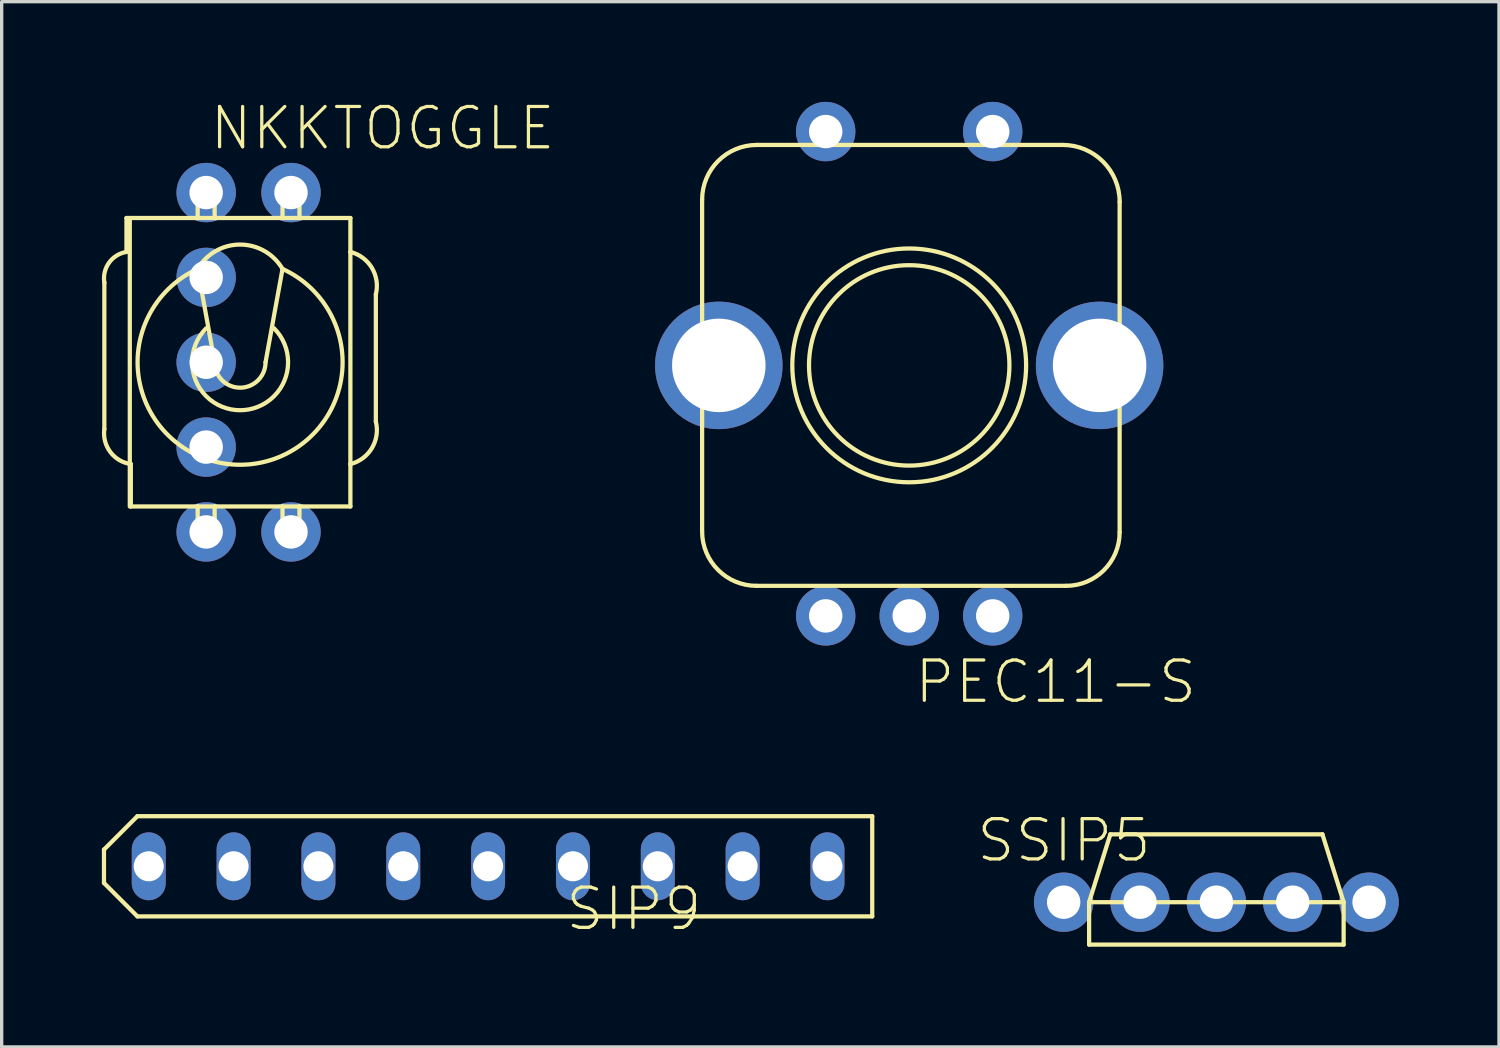
<source format=kicad_pcb>
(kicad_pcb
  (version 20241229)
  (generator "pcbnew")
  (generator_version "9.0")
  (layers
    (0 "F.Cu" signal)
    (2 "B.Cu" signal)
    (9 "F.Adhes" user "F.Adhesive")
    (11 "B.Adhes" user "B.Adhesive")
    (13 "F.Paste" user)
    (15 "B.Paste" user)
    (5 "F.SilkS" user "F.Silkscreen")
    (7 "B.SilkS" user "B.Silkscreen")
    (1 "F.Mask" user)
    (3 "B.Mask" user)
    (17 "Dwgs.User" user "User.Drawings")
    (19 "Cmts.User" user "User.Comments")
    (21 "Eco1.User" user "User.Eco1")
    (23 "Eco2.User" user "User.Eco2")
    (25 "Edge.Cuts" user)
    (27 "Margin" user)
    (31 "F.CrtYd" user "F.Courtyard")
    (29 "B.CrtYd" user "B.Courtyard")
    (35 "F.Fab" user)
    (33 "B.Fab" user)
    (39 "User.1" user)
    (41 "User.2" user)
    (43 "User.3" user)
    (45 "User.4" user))
  (footprint "SSIP5"
    (layer "F.Cu")
    (at 33.366 23.96)
    (property "Reference" "SSIP5" (at -7.239 -1.143 180) (layer "F.SilkS") (effects (font (size 1.206 1.206) (thickness 0.097)) (justify left bottom)))
    (attr through_hole)
    (fp_line (start -3.81 0) (end -3.81 1.27) (stroke (width 0.127) (type solid)) (layer "F.SilkS"))
    (fp_line (start -3.81 0) (end 3.81 0) (stroke (width 0.127) (type solid)) (layer "F.SilkS"))
    (fp_line (start -3.81 1.27) (end 3.81 1.27) (stroke (width 0.127) (type solid)) (layer "F.SilkS"))
    (fp_line (start -3.175 -2.032) (end -3.81 0) (stroke (width 0.127) (type solid)) (layer "F.SilkS"))
    (fp_line (start 3.175 -2.032) (end -3.175 -2.032) (stroke (width 0.127) (type solid)) (layer "F.SilkS"))
    (fp_line (start 3.81 0) (end 3.175 -2.032) (stroke (width 0.127) (type solid)) (layer "F.SilkS"))
    (fp_line (start 3.81 1.27) (end 3.81 0) (stroke (width 0.127) (type solid)) (layer "F.SilkS"))
    (pad "1" thru_hole circle (at -4.572 0) (size 1.778 1.778) (drill 1) (layers "*.Cu" "*.Mask"))
    (pad "2" thru_hole circle (at -2.286 0) (size 1.778 1.778) (drill 1) (layers "*.Cu" "*.Mask"))
    (pad "3" thru_hole circle (at 0 0) (size 1.778 1.778) (drill 1) (layers "*.Cu" "*.Mask"))
    (pad "4" thru_hole circle (at 2.286 0) (size 1.778 1.778) (drill 1) (layers "*.Cu" "*.Mask"))
    (pad "5" thru_hole circle (at 4.572 0) (size 1.778 1.778) (drill 1) (layers "*.Cu" "*.Mask")))
  (footprint "PEC11-S"
    (layer "F.Cu")
    (at 24.17 7.889)
    (property "Reference" "PEC11-S" (at 0.102 10.178 180) (layer "F.SilkS") (effects (font (size 1.206 1.206) (thickness 0.097)) (justify left bottom)))
    (attr through_hole)
    (fp_line (start -6.2 -4.96) (end -6.2 4.972) (stroke (width 0.127) (type solid)) (layer "F.SilkS"))
    (fp_line (start -4.572 6.6) (end 4.697 6.6) (stroke (width 0.127) (type solid)) (layer "F.SilkS"))
    (fp_line (start 4.597 -6.6) (end -4.56 -6.6) (stroke (width 0.127) (type solid)) (layer "F.SilkS"))
    (fp_line (start 6.3 4.997) (end 6.3 -4.897) (stroke (width 0.127) (type solid)) (layer "F.SilkS"))
    (fp_arc (start -6.2 -4.9599) (mid -5.719626 -6.119626) (end -4.5599 -6.6) (stroke (width 0.127) (type solid)) (layer "F.SilkS"))
    (fp_arc (start -4.5722 6.6) (mid -5.723228 6.123228) (end -6.2 4.9722) (stroke (width 0.127) (type solid)) (layer "F.SilkS"))
    (fp_arc (start 4.5971 -6.6) (mid 5.801232 -6.101232) (end 6.3 -4.8971) (stroke (width 0.127) (type solid)) (layer "F.SilkS"))
    (fp_arc (start 6.3 4.9969) (mid 5.830463 6.130463) (end 4.6969 6.6) (stroke (width 0.127) (type solid)) (layer "F.SilkS"))
    (fp_circle (center 0 0) (end 3 0) (stroke (width 0.127) (type solid)) (fill no) (layer "F.SilkS"))
    (fp_circle (center 0 0) (end 3.5 0) (stroke (width 0.127) (type solid)) (fill no) (layer "F.SilkS"))
    (pad "A" thru_hole circle (at -2.5 7.5) (size 1.778 1.778) (drill 1) (layers "*.Cu" "*.Mask"))
    (pad "B" thru_hole circle (at 2.5 7.5) (size 1.778 1.778) (drill 1) (layers "*.Cu" "*.Mask"))
    (pad "C" thru_hole circle (at 0 7.5) (size 1.778 1.778) (drill 1) (layers "*.Cu" "*.Mask"))
    (pad "P$1" thru_hole circle (at 5.7 0) (size 3.816 3.816) (drill 2.8) (layers "*.Cu" "*.Mask"))
    (pad "P$2" thru_hole circle (at -5.7 0) (size 3.816 3.816) (drill 2.8) (layers "*.Cu" "*.Mask"))
    (pad "SW1" thru_hole circle (at -2.5 -7) (size 1.778 1.778) (drill 1) (layers "*.Cu" "*.Mask"))
    (pad "SW2" thru_hole circle (at 2.5 -7) (size 1.778 1.778) (drill 1) (layers "*.Cu" "*.Mask")))
  (footprint "SIP9"
    (layer "F.Cu")
    (at 11.563 22.885)
    (property "Reference" "SIP9" (at 2.261 1.981 180) (layer "F.SilkS") (effects (font (size 1.206 1.206) (thickness 0.097)) (justify left bottom)))
    (attr through_hole)
    (fp_line (start -11.5 -0.5) (end -10.5 -1.5) (stroke (width 0.127) (type solid)) (layer "F.SilkS"))
    (fp_line (start -11.5 0.5) (end -11.5 -0.5) (stroke (width 0.127) (type solid)) (layer "F.SilkS"))
    (fp_line (start -10.5 -1.5) (end 11.5 -1.5) (stroke (width 0.127) (type solid)) (layer "F.SilkS"))
    (fp_line (start -10.5 1.5) (end -11.5 0.5) (stroke (width 0.127) (type solid)) (layer "F.SilkS"))
    (fp_line (start 11.5 -1.5) (end 11.5 1.5) (stroke (width 0.127) (type solid)) (layer "F.SilkS"))
    (fp_line (start 11.5 1.5) (end -10.5 1.5) (stroke (width 0.127) (type solid)) (layer "F.SilkS"))
    (pad "1" thru_hole oval (at -10.16 0 90) (size 2.032 1.016) (drill 0.9) (layers "*.Cu" "*.Mask"))
    (pad "2" thru_hole oval (at -7.62 0 90) (size 2.032 1.016) (drill 0.9) (layers "*.Cu" "*.Mask"))
    (pad "3" thru_hole oval (at -5.08 0 90) (size 2.032 1.016) (drill 0.9) (layers "*.Cu" "*.Mask"))
    (pad "4" thru_hole oval (at -2.54 0 90) (size 2.032 1.016) (drill 0.9) (layers "*.Cu" "*.Mask"))
    (pad "5" thru_hole oval (at 0 0 90) (size 2.032 1.016) (drill 0.9) (layers "*.Cu" "*.Mask"))
    (pad "6" thru_hole oval (at 2.54 0 90) (size 2.032 1.016) (drill 0.9) (layers "*.Cu" "*.Mask"))
    (pad "7" thru_hole oval (at 5.08 0 90) (size 2.032 1.016) (drill 0.9) (layers "*.Cu" "*.Mask"))
    (pad "8" thru_hole oval (at 7.62 0 90) (size 2.032 1.016) (drill 0.9) (layers "*.Cu" "*.Mask"))
    (pad "9" thru_hole oval (at 10.16 0 90) (size 2.032 1.016) (drill 0.9) (layers "*.Cu" "*.Mask")))
  (footprint "NKKTOGGLE"
    (layer "F.Cu")
    (at 4.138 7.795)
    (property "Reference" "NKKTOGGLE" (at -0.965 -6.299 0) (layer "F.SilkS") (effects (font (size 1.206 1.206) (thickness 0.097)) (justify left bottom)))
    (attr through_hole)
    (fp_line (start -4.064 2.001) (end -4.064 -2.386) (stroke (width 0.127) (type solid)) (layer "F.SilkS"))
    (fp_line (start -3.402 -4.318) (end -1.27 -4.318) (stroke (width 0.127) (type solid)) (layer "F.SilkS"))
    (fp_line (start -3.402 -3.302) (end -3.402 -4.318) (stroke (width 0.127) (type solid)) (layer "F.SilkS"))
    (fp_line (start -3.302 -4.318) (end -3.302 4.318) (stroke (width 0.127) (type solid)) (layer "F.SilkS"))
    (fp_line (start -3.271 4.318) (end -3.271 3.048) (stroke (width 0.127) (type solid)) (layer "F.SilkS"))
    (fp_line (start -1.27 -5.334) (end -1.27 -4.318) (stroke (width 0.127) (type solid)) (layer "F.SilkS"))
    (fp_line (start -1.27 -4.318) (end -0.762 -4.318) (stroke (width 0.127) (type solid)) (layer "F.SilkS"))
    (fp_line (start -1.27 4.318) (end -3.271 4.318) (stroke (width 0.127) (type solid)) (layer "F.SilkS"))
    (fp_line (start -1.27 5.334) (end -1.27 4.318) (stroke (width 0.127) (type solid)) (layer "F.SilkS"))
    (fp_line (start -0.762 -5.334) (end -1.27 -5.334) (stroke (width 0.127) (type solid)) (layer "F.SilkS"))
    (fp_line (start -0.762 -4.318) (end -0.762 -5.334) (stroke (width 0.127) (type solid)) (layer "F.SilkS"))
    (fp_line (start -0.762 -4.318) (end 1.27 -4.318) (stroke (width 0.127) (type solid)) (layer "F.SilkS"))
    (fp_line (start -0.762 0) (end -1.27 -2.794) (stroke (width 0.127) (type solid)) (layer "F.SilkS"))
    (fp_line (start -0.762 4.318) (end -1.27 4.318) (stroke (width 0.127) (type solid)) (layer "F.SilkS"))
    (fp_line (start -0.762 4.318) (end -0.762 5.334) (stroke (width 0.127) (type solid)) (layer "F.SilkS"))
    (fp_line (start -0.762 5.334) (end -1.27 5.334) (stroke (width 0.127) (type solid)) (layer "F.SilkS"))
    (fp_line (start 1.27 -5.334) (end 1.27 -4.318) (stroke (width 0.127) (type solid)) (layer "F.SilkS"))
    (fp_line (start 1.27 -4.318) (end 1.778 -4.318) (stroke (width 0.127) (type solid)) (layer "F.SilkS"))
    (fp_line (start 1.27 -2.794) (end 0.762 0) (stroke (width 0.127) (type solid)) (layer "F.SilkS"))
    (fp_line (start 1.27 4.318) (end -0.762 4.318) (stroke (width 0.127) (type solid)) (layer "F.SilkS"))
    (fp_line (start 1.27 5.334) (end 1.27 4.318) (stroke (width 0.127) (type solid)) (layer "F.SilkS"))
    (fp_line (start 1.778 -5.334) (end 1.27 -5.334) (stroke (width 0.127) (type solid)) (layer "F.SilkS"))
    (fp_line (start 1.778 -4.318) (end 1.778 -5.334) (stroke (width 0.127) (type solid)) (layer "F.SilkS"))
    (fp_line (start 1.778 -4.318) (end 3.302 -4.318) (stroke (width 0.127) (type solid)) (layer "F.SilkS"))
    (fp_line (start 1.778 4.318) (end 1.27 4.318) (stroke (width 0.127) (type solid)) (layer "F.SilkS"))
    (fp_line (start 1.778 4.318) (end 1.778 5.334) (stroke (width 0.127) (type solid)) (layer "F.SilkS"))
    (fp_line (start 1.778 5.334) (end 1.27 5.334) (stroke (width 0.127) (type solid)) (layer "F.SilkS"))
    (fp_line (start 3.302 -4.318) (end 3.302 -3.302) (stroke (width 0.127) (type solid)) (layer "F.SilkS"))
    (fp_line (start 3.302 -3.302) (end 3.302 3.048) (stroke (width 0.127) (type solid)) (layer "F.SilkS"))
    (fp_line (start 3.302 3.048) (end 3.302 4.318) (stroke (width 0.127) (type solid)) (layer "F.SilkS"))
    (fp_line (start 3.302 4.318) (end 1.778 4.318) (stroke (width 0.127) (type solid)) (layer "F.SilkS"))
    (fp_line (start 4.064 -2.032) (end 4.064 1.778) (stroke (width 0.127) (type solid)) (layer "F.SilkS"))
    (fp_arc (start -4.064 -2.3862) (mid -3.922768 -2.981163) (end -3.4022 -3.302) (stroke (width 0.127) (type solid)) (layer "F.SilkS"))
    (fp_arc (start -3.2708 3.048) (mid -3.884282 2.688677) (end -4.064 2.0008) (stroke (width 0.127) (type solid)) (layer "F.SilkS"))
    (fp_arc (start -1.27 -2.794) (mid 0.000001 -3.523367) (end 1.270001 -2.793999) (stroke (width 0.127) (type solid)) (layer "F.SilkS"))
    (fp_arc (start 0.762 0) (mid 0 0.762) (end -0.762 0) (stroke (width 0.127) (type solid)) (layer "F.SilkS"))
    (fp_arc (start 1.016 -1.016) (mid 0 1.436841) (end -1.016 -1.016) (stroke (width 0.127) (type solid)) (layer "F.SilkS"))
    (fp_arc (start 1.27 -2.794) (mid 0 3.069094) (end -1.27 -2.794) (stroke (width 0.127) (type solid)) (layer "F.SilkS"))
    (fp_arc (start 3.302 -3.302) (mid 3.946026 -2.824815) (end 4.064 -2.032) (stroke (width 0.127) (type solid)) (layer "F.SilkS"))
    (fp_arc (start 4.064 1.778) (mid 3.946026 2.570815) (end 3.302 3.048) (stroke (width 0.127) (type solid)) (layer "F.SilkS"))
    (pad "1" thru_hole circle (at -1.016 -2.54) (size 1.778 1.778) (drill 1) (layers "*.Cu" "*.Mask"))
    (pad "2" thru_hole circle (at -1.016 0) (size 1.778 1.778) (drill 1) (layers "*.Cu" "*.Mask"))
    (pad "3" thru_hole circle (at -1.016 2.54) (size 1.778 1.778) (drill 1) (layers "*.Cu" "*.Mask"))
    (pad "M1" thru_hole circle (at -1.016 5.08) (size 1.778 1.778) (drill 1) (layers "*.Cu" "*.Mask"))
    (pad "M2" thru_hole circle (at 1.524 5.08) (size 1.778 1.778) (drill 1) (layers "*.Cu" "*.Mask"))
    (pad "M3" thru_hole circle (at 1.524 -5.08) (size 1.778 1.778) (drill 1) (layers "*.Cu" "*.Mask"))
    (pad "M4" thru_hole circle (at -1.016 -5.08) (size 1.778 1.778) (drill 1) (layers "*.Cu" "*.Mask")))
  (gr_rect
    (start -3 -3)
    (end 41.827 28.294)
    (stroke (width 0.1) (type default))
    (fill no)
    (layer "Edge.Cuts")))
</source>
